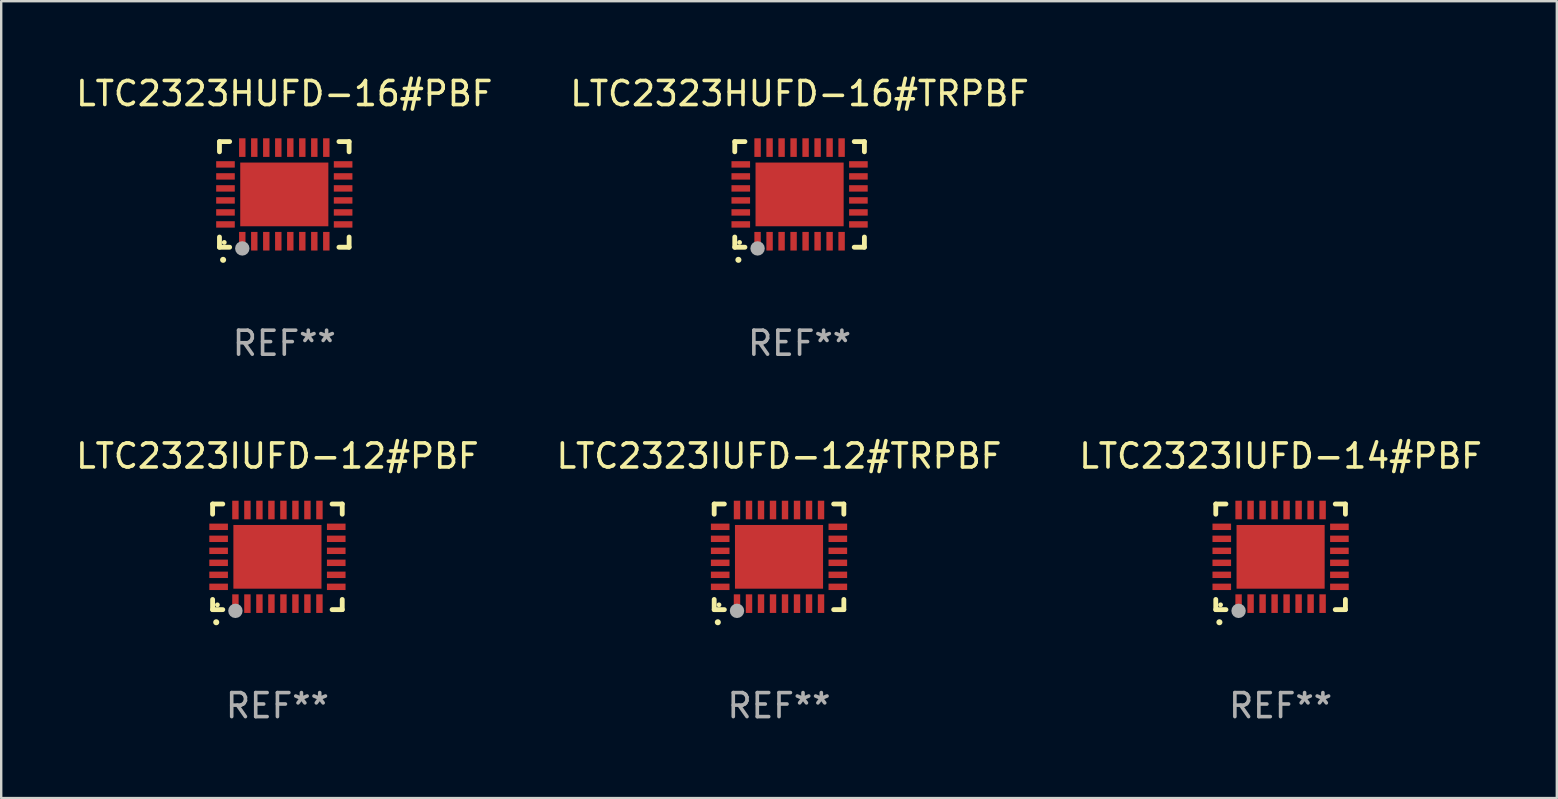
<source format=kicad_pcb>
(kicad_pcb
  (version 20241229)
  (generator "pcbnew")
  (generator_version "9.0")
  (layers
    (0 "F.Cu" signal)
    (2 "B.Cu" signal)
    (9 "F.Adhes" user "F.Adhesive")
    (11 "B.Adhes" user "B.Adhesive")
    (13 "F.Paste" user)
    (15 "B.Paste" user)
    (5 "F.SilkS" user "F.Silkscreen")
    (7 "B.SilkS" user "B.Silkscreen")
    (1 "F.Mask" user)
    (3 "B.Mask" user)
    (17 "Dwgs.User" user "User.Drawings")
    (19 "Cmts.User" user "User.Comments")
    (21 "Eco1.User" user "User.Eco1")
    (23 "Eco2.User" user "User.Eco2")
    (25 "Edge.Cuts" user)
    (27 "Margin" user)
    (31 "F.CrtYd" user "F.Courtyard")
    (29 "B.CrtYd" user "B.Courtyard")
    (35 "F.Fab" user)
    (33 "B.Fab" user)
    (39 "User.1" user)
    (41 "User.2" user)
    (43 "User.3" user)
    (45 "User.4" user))
  (footprint "LTC2323IUFD-12#PBF"
    (layer "F.Cu")
    (at 8.506 20.144)
    (property "Reference" "LTC2323IUFD-12#PBF" (at 0 -4.2 0) (layer "F.SilkS") (effects (font (size 1 1) (thickness 0.15))))
    (attr through_hole)
    (fp_line (start -2.7 -2.2) (end -2.276 -2.2) (stroke (width 0.201) (type solid)) (layer "F.SilkS"))
    (fp_line (start -2.7 -1.775) (end -2.7 -2.2) (stroke (width 0.201) (type solid)) (layer "F.SilkS"))
    (fp_line (start -2.7 2.2) (end -2.7 1.775) (stroke (width 0.201) (type solid)) (layer "F.SilkS"))
    (fp_line (start -2.276 2.2) (end -2.7 2.2) (stroke (width 0.201) (type solid)) (layer "F.SilkS"))
    (fp_line (start 2.276 2.2) (end 2.7 2.2) (stroke (width 0.201) (type solid)) (layer "F.SilkS"))
    (fp_line (start 2.7 -2.2) (end 2.276 -2.2) (stroke (width 0.201) (type solid)) (layer "F.SilkS"))
    (fp_line (start 2.7 -1.775) (end 2.7 -2.2) (stroke (width 0.201) (type solid)) (layer "F.SilkS"))
    (fp_line (start 2.7 2.2) (end 2.7 1.775) (stroke (width 0.201) (type solid)) (layer "F.SilkS"))
    (fp_arc (start -2.550165 2.725425) (mid -2.548895 2.725419) (end -2.547625 2.725425) (stroke (width 0.24892) (type solid)) (layer "F.SilkS"))
    (fp_circle (center -2.5 2) (end -2.45 2) (stroke (width 0.1) (type solid)) (fill no) (layer "F.SilkS"))
    (fp_circle (center -1.75 2.25) (end -1.6 2.25) (stroke (width 0.3) (type solid)) (fill no) (layer "F.Fab"))
    (fp_text user "REF**" (at 0 6.2 0) (layer "F.Fab") (effects (font (size 1 1) (thickness 0.15))))
    (pad "1" smd rect (at -1.75 1.95) (size 0.267 0.775) (layers "F.Cu" "F.Mask" "F.Paste"))
    (pad "2" smd rect (at -1.25 1.95) (size 0.267 0.775) (layers "F.Cu" "F.Mask" "F.Paste"))
    (pad "3" smd rect (at -0.75 1.95) (size 0.267 0.775) (layers "F.Cu" "F.Mask" "F.Paste"))
    (pad "4" smd rect (at -0.25 1.95) (size 0.267 0.775) (layers "F.Cu" "F.Mask" "F.Paste"))
    (pad "5" smd rect (at 0.25 1.95) (size 0.267 0.775) (layers "F.Cu" "F.Mask" "F.Paste"))
    (pad "6" smd rect (at 0.75 1.95) (size 0.267 0.775) (layers "F.Cu" "F.Mask" "F.Paste"))
    (pad "7" smd rect (at 1.25 1.95) (size 0.267 0.775) (layers "F.Cu" "F.Mask" "F.Paste"))
    (pad "8" smd rect (at 1.75 1.95) (size 0.267 0.775) (layers "F.Cu" "F.Mask" "F.Paste"))
    (pad "9" smd rect (at 2.45 1.25) (size 0.775 0.267) (layers "F.Cu" "F.Mask" "F.Paste"))
    (pad "10" smd rect (at 2.45 0.75) (size 0.775 0.267) (layers "F.Cu" "F.Mask" "F.Paste"))
    (pad "11" smd rect (at 2.45 0.25) (size 0.775 0.267) (layers "F.Cu" "F.Mask" "F.Paste"))
    (pad "12" smd rect (at 2.45 -0.25) (size 0.775 0.267) (layers "F.Cu" "F.Mask" "F.Paste"))
    (pad "13" smd rect (at 2.45 -0.75) (size 0.775 0.267) (layers "F.Cu" "F.Mask" "F.Paste"))
    (pad "14" smd rect (at 2.45 -1.25) (size 0.775 0.267) (layers "F.Cu" "F.Mask" "F.Paste"))
    (pad "15" smd rect (at 1.75 -1.95) (size 0.267 0.775) (layers "F.Cu" "F.Mask" "F.Paste"))
    (pad "16" smd rect (at 1.25 -1.95) (size 0.267 0.775) (layers "F.Cu" "F.Mask" "F.Paste"))
    (pad "17" smd rect (at 0.75 -1.95) (size 0.267 0.775) (layers "F.Cu" "F.Mask" "F.Paste"))
    (pad "18" smd rect (at 0.25 -1.95) (size 0.267 0.775) (layers "F.Cu" "F.Mask" "F.Paste"))
    (pad "19" smd rect (at -0.25 -1.95) (size 0.267 0.775) (layers "F.Cu" "F.Mask" "F.Paste"))
    (pad "20" smd rect (at -0.75 -1.95) (size 0.267 0.775) (layers "F.Cu" "F.Mask" "F.Paste"))
    (pad "21" smd rect (at -1.25 -1.95) (size 0.267 0.775) (layers "F.Cu" "F.Mask" "F.Paste"))
    (pad "22" smd rect (at -1.75 -1.95) (size 0.267 0.775) (layers "F.Cu" "F.Mask" "F.Paste"))
    (pad "23" smd rect (at -2.45 -1.25) (size 0.775 0.267) (layers "F.Cu" "F.Mask" "F.Paste"))
    (pad "24" smd rect (at -2.45 -0.75) (size 0.775 0.267) (layers "F.Cu" "F.Mask" "F.Paste"))
    (pad "25" smd rect (at -2.45 -0.25) (size 0.775 0.267) (layers "F.Cu" "F.Mask" "F.Paste"))
    (pad "26" smd rect (at -2.45 0.25) (size 0.775 0.267) (layers "F.Cu" "F.Mask" "F.Paste"))
    (pad "27" smd rect (at -2.45 0.75) (size 0.775 0.267) (layers "F.Cu" "F.Mask" "F.Paste"))
    (pad "28" smd rect (at -2.45 1.25) (size 0.775 0.267) (layers "F.Cu" "F.Mask" "F.Paste"))
    (pad "29" smd rect (at 0.000127 0.000127) (size 3.67 2.654) (layers "F.Cu" "F.Mask" "F.Paste")))
  (footprint "LTC2323HUFD-16#TRPBF"
    (layer "F.Cu")
    (at 30.256 5.048)
    (property "Reference" "LTC2323HUFD-16#TRPBF" (at 0 -4.2 0) (layer "F.SilkS") (effects (font (size 1 1) (thickness 0.15))))
    (attr through_hole)
    (fp_line (start -2.7 -2.2) (end -2.276 -2.2) (stroke (width 0.201) (type solid)) (layer "F.SilkS"))
    (fp_line (start -2.7 -1.775) (end -2.7 -2.2) (stroke (width 0.201) (type solid)) (layer "F.SilkS"))
    (fp_line (start -2.7 2.2) (end -2.7 1.775) (stroke (width 0.201) (type solid)) (layer "F.SilkS"))
    (fp_line (start -2.276 2.2) (end -2.7 2.2) (stroke (width 0.201) (type solid)) (layer "F.SilkS"))
    (fp_line (start 2.276 2.2) (end 2.7 2.2) (stroke (width 0.201) (type solid)) (layer "F.SilkS"))
    (fp_line (start 2.7 -2.2) (end 2.276 -2.2) (stroke (width 0.201) (type solid)) (layer "F.SilkS"))
    (fp_line (start 2.7 -1.775) (end 2.7 -2.2) (stroke (width 0.201) (type solid)) (layer "F.SilkS"))
    (fp_line (start 2.7 2.2) (end 2.7 1.775) (stroke (width 0.201) (type solid)) (layer "F.SilkS"))
    (fp_arc (start -2.550165 2.725425) (mid -2.548895 2.725419) (end -2.547625 2.725425) (stroke (width 0.24892) (type solid)) (layer "F.SilkS"))
    (fp_circle (center -2.5 2) (end -2.45 2) (stroke (width 0.1) (type solid)) (fill no) (layer "F.SilkS"))
    (fp_circle (center -1.75 2.25) (end -1.6 2.25) (stroke (width 0.3) (type solid)) (fill no) (layer "F.Fab"))
    (fp_text user "REF**" (at 0 6.2 0) (layer "F.Fab") (effects (font (size 1 1) (thickness 0.15))))
    (pad "1" smd rect (at -1.75 1.95) (size 0.267 0.775) (layers "F.Cu" "F.Mask" "F.Paste"))
    (pad "2" smd rect (at -1.25 1.95) (size 0.267 0.775) (layers "F.Cu" "F.Mask" "F.Paste"))
    (pad "3" smd rect (at -0.75 1.95) (size 0.267 0.775) (layers "F.Cu" "F.Mask" "F.Paste"))
    (pad "4" smd rect (at -0.25 1.95) (size 0.267 0.775) (layers "F.Cu" "F.Mask" "F.Paste"))
    (pad "5" smd rect (at 0.25 1.95) (size 0.267 0.775) (layers "F.Cu" "F.Mask" "F.Paste"))
    (pad "6" smd rect (at 0.75 1.95) (size 0.267 0.775) (layers "F.Cu" "F.Mask" "F.Paste"))
    (pad "7" smd rect (at 1.25 1.95) (size 0.267 0.775) (layers "F.Cu" "F.Mask" "F.Paste"))
    (pad "8" smd rect (at 1.75 1.95) (size 0.267 0.775) (layers "F.Cu" "F.Mask" "F.Paste"))
    (pad "9" smd rect (at 2.45 1.25) (size 0.775 0.267) (layers "F.Cu" "F.Mask" "F.Paste"))
    (pad "10" smd rect (at 2.45 0.75) (size 0.775 0.267) (layers "F.Cu" "F.Mask" "F.Paste"))
    (pad "11" smd rect (at 2.45 0.25) (size 0.775 0.267) (layers "F.Cu" "F.Mask" "F.Paste"))
    (pad "12" smd rect (at 2.45 -0.25) (size 0.775 0.267) (layers "F.Cu" "F.Mask" "F.Paste"))
    (pad "13" smd rect (at 2.45 -0.75) (size 0.775 0.267) (layers "F.Cu" "F.Mask" "F.Paste"))
    (pad "14" smd rect (at 2.45 -1.25) (size 0.775 0.267) (layers "F.Cu" "F.Mask" "F.Paste"))
    (pad "15" smd rect (at 1.75 -1.95) (size 0.267 0.775) (layers "F.Cu" "F.Mask" "F.Paste"))
    (pad "16" smd rect (at 1.25 -1.95) (size 0.267 0.775) (layers "F.Cu" "F.Mask" "F.Paste"))
    (pad "17" smd rect (at 0.75 -1.95) (size 0.267 0.775) (layers "F.Cu" "F.Mask" "F.Paste"))
    (pad "18" smd rect (at 0.25 -1.95) (size 0.267 0.775) (layers "F.Cu" "F.Mask" "F.Paste"))
    (pad "19" smd rect (at -0.25 -1.95) (size 0.267 0.775) (layers "F.Cu" "F.Mask" "F.Paste"))
    (pad "20" smd rect (at -0.75 -1.95) (size 0.267 0.775) (layers "F.Cu" "F.Mask" "F.Paste"))
    (pad "21" smd rect (at -1.25 -1.95) (size 0.267 0.775) (layers "F.Cu" "F.Mask" "F.Paste"))
    (pad "22" smd rect (at -1.75 -1.95) (size 0.267 0.775) (layers "F.Cu" "F.Mask" "F.Paste"))
    (pad "23" smd rect (at -2.45 -1.25) (size 0.775 0.267) (layers "F.Cu" "F.Mask" "F.Paste"))
    (pad "24" smd rect (at -2.45 -0.75) (size 0.775 0.267) (layers "F.Cu" "F.Mask" "F.Paste"))
    (pad "25" smd rect (at -2.45 -0.25) (size 0.775 0.267) (layers "F.Cu" "F.Mask" "F.Paste"))
    (pad "26" smd rect (at -2.45 0.25) (size 0.775 0.267) (layers "F.Cu" "F.Mask" "F.Paste"))
    (pad "27" smd rect (at -2.45 0.75) (size 0.775 0.267) (layers "F.Cu" "F.Mask" "F.Paste"))
    (pad "28" smd rect (at -2.45 1.25) (size 0.775 0.267) (layers "F.Cu" "F.Mask" "F.Paste"))
    (pad "29" smd rect (at 0.000127 0.000127) (size 3.67 2.654) (layers "F.Cu" "F.Mask" "F.Paste")))
  (footprint "LTC2323IUFD-12#TRPBF"
    (layer "F.Cu")
    (at 29.399 20.144)
    (property "Reference" "LTC2323IUFD-12#TRPBF" (at 0 -4.2 0) (layer "F.SilkS") (effects (font (size 1 1) (thickness 0.15))))
    (attr through_hole)
    (fp_line (start -2.7 -2.2) (end -2.276 -2.2) (stroke (width 0.201) (type solid)) (layer "F.SilkS"))
    (fp_line (start -2.7 -1.775) (end -2.7 -2.2) (stroke (width 0.201) (type solid)) (layer "F.SilkS"))
    (fp_line (start -2.7 2.2) (end -2.7 1.775) (stroke (width 0.201) (type solid)) (layer "F.SilkS"))
    (fp_line (start -2.276 2.2) (end -2.7 2.2) (stroke (width 0.201) (type solid)) (layer "F.SilkS"))
    (fp_line (start 2.276 2.2) (end 2.7 2.2) (stroke (width 0.201) (type solid)) (layer "F.SilkS"))
    (fp_line (start 2.7 -2.2) (end 2.276 -2.2) (stroke (width 0.201) (type solid)) (layer "F.SilkS"))
    (fp_line (start 2.7 -1.775) (end 2.7 -2.2) (stroke (width 0.201) (type solid)) (layer "F.SilkS"))
    (fp_line (start 2.7 2.2) (end 2.7 1.775) (stroke (width 0.201) (type solid)) (layer "F.SilkS"))
    (fp_arc (start -2.550165 2.725425) (mid -2.548895 2.725419) (end -2.547625 2.725425) (stroke (width 0.24892) (type solid)) (layer "F.SilkS"))
    (fp_circle (center -2.5 2) (end -2.45 2) (stroke (width 0.1) (type solid)) (fill no) (layer "F.SilkS"))
    (fp_circle (center -1.75 2.25) (end -1.6 2.25) (stroke (width 0.3) (type solid)) (fill no) (layer "F.Fab"))
    (fp_text user "REF**" (at 0 6.2 0) (layer "F.Fab") (effects (font (size 1 1) (thickness 0.15))))
    (pad "1" smd rect (at -1.75 1.95) (size 0.267 0.775) (layers "F.Cu" "F.Mask" "F.Paste"))
    (pad "2" smd rect (at -1.25 1.95) (size 0.267 0.775) (layers "F.Cu" "F.Mask" "F.Paste"))
    (pad "3" smd rect (at -0.75 1.95) (size 0.267 0.775) (layers "F.Cu" "F.Mask" "F.Paste"))
    (pad "4" smd rect (at -0.25 1.95) (size 0.267 0.775) (layers "F.Cu" "F.Mask" "F.Paste"))
    (pad "5" smd rect (at 0.25 1.95) (size 0.267 0.775) (layers "F.Cu" "F.Mask" "F.Paste"))
    (pad "6" smd rect (at 0.75 1.95) (size 0.267 0.775) (layers "F.Cu" "F.Mask" "F.Paste"))
    (pad "7" smd rect (at 1.25 1.95) (size 0.267 0.775) (layers "F.Cu" "F.Mask" "F.Paste"))
    (pad "8" smd rect (at 1.75 1.95) (size 0.267 0.775) (layers "F.Cu" "F.Mask" "F.Paste"))
    (pad "9" smd rect (at 2.45 1.25) (size 0.775 0.267) (layers "F.Cu" "F.Mask" "F.Paste"))
    (pad "10" smd rect (at 2.45 0.75) (size 0.775 0.267) (layers "F.Cu" "F.Mask" "F.Paste"))
    (pad "11" smd rect (at 2.45 0.25) (size 0.775 0.267) (layers "F.Cu" "F.Mask" "F.Paste"))
    (pad "12" smd rect (at 2.45 -0.25) (size 0.775 0.267) (layers "F.Cu" "F.Mask" "F.Paste"))
    (pad "13" smd rect (at 2.45 -0.75) (size 0.775 0.267) (layers "F.Cu" "F.Mask" "F.Paste"))
    (pad "14" smd rect (at 2.45 -1.25) (size 0.775 0.267) (layers "F.Cu" "F.Mask" "F.Paste"))
    (pad "15" smd rect (at 1.75 -1.95) (size 0.267 0.775) (layers "F.Cu" "F.Mask" "F.Paste"))
    (pad "16" smd rect (at 1.25 -1.95) (size 0.267 0.775) (layers "F.Cu" "F.Mask" "F.Paste"))
    (pad "17" smd rect (at 0.75 -1.95) (size 0.267 0.775) (layers "F.Cu" "F.Mask" "F.Paste"))
    (pad "18" smd rect (at 0.25 -1.95) (size 0.267 0.775) (layers "F.Cu" "F.Mask" "F.Paste"))
    (pad "19" smd rect (at -0.25 -1.95) (size 0.267 0.775) (layers "F.Cu" "F.Mask" "F.Paste"))
    (pad "20" smd rect (at -0.75 -1.95) (size 0.267 0.775) (layers "F.Cu" "F.Mask" "F.Paste"))
    (pad "21" smd rect (at -1.25 -1.95) (size 0.267 0.775) (layers "F.Cu" "F.Mask" "F.Paste"))
    (pad "22" smd rect (at -1.75 -1.95) (size 0.267 0.775) (layers "F.Cu" "F.Mask" "F.Paste"))
    (pad "23" smd rect (at -2.45 -1.25) (size 0.775 0.267) (layers "F.Cu" "F.Mask" "F.Paste"))
    (pad "24" smd rect (at -2.45 -0.75) (size 0.775 0.267) (layers "F.Cu" "F.Mask" "F.Paste"))
    (pad "25" smd rect (at -2.45 -0.25) (size 0.775 0.267) (layers "F.Cu" "F.Mask" "F.Paste"))
    (pad "26" smd rect (at -2.45 0.25) (size 0.775 0.267) (layers "F.Cu" "F.Mask" "F.Paste"))
    (pad "27" smd rect (at -2.45 0.75) (size 0.775 0.267) (layers "F.Cu" "F.Mask" "F.Paste"))
    (pad "28" smd rect (at -2.45 1.25) (size 0.775 0.267) (layers "F.Cu" "F.Mask" "F.Paste"))
    (pad "29" smd rect (at 0.000127 0.000127) (size 3.67 2.654) (layers "F.Cu" "F.Mask" "F.Paste")))
  (footprint "LTC2323IUFD-14#PBF"
    (layer "F.Cu")
    (at 50.292 20.144)
    (property "Reference" "LTC2323IUFD-14#PBF" (at 0 -4.2 0) (layer "F.SilkS") (effects (font (size 1 1) (thickness 0.15))))
    (attr through_hole)
    (fp_line (start -2.7 -2.2) (end -2.276 -2.2) (stroke (width 0.201) (type solid)) (layer "F.SilkS"))
    (fp_line (start -2.7 -1.775) (end -2.7 -2.2) (stroke (width 0.201) (type solid)) (layer "F.SilkS"))
    (fp_line (start -2.7 2.2) (end -2.7 1.775) (stroke (width 0.201) (type solid)) (layer "F.SilkS"))
    (fp_line (start -2.276 2.2) (end -2.7 2.2) (stroke (width 0.201) (type solid)) (layer "F.SilkS"))
    (fp_line (start 2.276 2.2) (end 2.7 2.2) (stroke (width 0.201) (type solid)) (layer "F.SilkS"))
    (fp_line (start 2.7 -2.2) (end 2.276 -2.2) (stroke (width 0.201) (type solid)) (layer "F.SilkS"))
    (fp_line (start 2.7 -1.775) (end 2.7 -2.2) (stroke (width 0.201) (type solid)) (layer "F.SilkS"))
    (fp_line (start 2.7 2.2) (end 2.7 1.775) (stroke (width 0.201) (type solid)) (layer "F.SilkS"))
    (fp_arc (start -2.550165 2.725425) (mid -2.548895 2.725419) (end -2.547625 2.725425) (stroke (width 0.24892) (type solid)) (layer "F.SilkS"))
    (fp_circle (center -2.5 2) (end -2.45 2) (stroke (width 0.1) (type solid)) (fill no) (layer "F.SilkS"))
    (fp_circle (center -1.75 2.25) (end -1.6 2.25) (stroke (width 0.3) (type solid)) (fill no) (layer "F.Fab"))
    (fp_text user "REF**" (at 0 6.2 0) (layer "F.Fab") (effects (font (size 1 1) (thickness 0.15))))
    (pad "1" smd rect (at -1.75 1.95) (size 0.267 0.775) (layers "F.Cu" "F.Mask" "F.Paste"))
    (pad "2" smd rect (at -1.25 1.95) (size 0.267 0.775) (layers "F.Cu" "F.Mask" "F.Paste"))
    (pad "3" smd rect (at -0.75 1.95) (size 0.267 0.775) (layers "F.Cu" "F.Mask" "F.Paste"))
    (pad "4" smd rect (at -0.25 1.95) (size 0.267 0.775) (layers "F.Cu" "F.Mask" "F.Paste"))
    (pad "5" smd rect (at 0.25 1.95) (size 0.267 0.775) (layers "F.Cu" "F.Mask" "F.Paste"))
    (pad "6" smd rect (at 0.75 1.95) (size 0.267 0.775) (layers "F.Cu" "F.Mask" "F.Paste"))
    (pad "7" smd rect (at 1.25 1.95) (size 0.267 0.775) (layers "F.Cu" "F.Mask" "F.Paste"))
    (pad "8" smd rect (at 1.75 1.95) (size 0.267 0.775) (layers "F.Cu" "F.Mask" "F.Paste"))
    (pad "9" smd rect (at 2.45 1.25) (size 0.775 0.267) (layers "F.Cu" "F.Mask" "F.Paste"))
    (pad "10" smd rect (at 2.45 0.75) (size 0.775 0.267) (layers "F.Cu" "F.Mask" "F.Paste"))
    (pad "11" smd rect (at 2.45 0.25) (size 0.775 0.267) (layers "F.Cu" "F.Mask" "F.Paste"))
    (pad "12" smd rect (at 2.45 -0.25) (size 0.775 0.267) (layers "F.Cu" "F.Mask" "F.Paste"))
    (pad "13" smd rect (at 2.45 -0.75) (size 0.775 0.267) (layers "F.Cu" "F.Mask" "F.Paste"))
    (pad "14" smd rect (at 2.45 -1.25) (size 0.775 0.267) (layers "F.Cu" "F.Mask" "F.Paste"))
    (pad "15" smd rect (at 1.75 -1.95) (size 0.267 0.775) (layers "F.Cu" "F.Mask" "F.Paste"))
    (pad "16" smd rect (at 1.25 -1.95) (size 0.267 0.775) (layers "F.Cu" "F.Mask" "F.Paste"))
    (pad "17" smd rect (at 0.75 -1.95) (size 0.267 0.775) (layers "F.Cu" "F.Mask" "F.Paste"))
    (pad "18" smd rect (at 0.25 -1.95) (size 0.267 0.775) (layers "F.Cu" "F.Mask" "F.Paste"))
    (pad "19" smd rect (at -0.25 -1.95) (size 0.267 0.775) (layers "F.Cu" "F.Mask" "F.Paste"))
    (pad "20" smd rect (at -0.75 -1.95) (size 0.267 0.775) (layers "F.Cu" "F.Mask" "F.Paste"))
    (pad "21" smd rect (at -1.25 -1.95) (size 0.267 0.775) (layers "F.Cu" "F.Mask" "F.Paste"))
    (pad "22" smd rect (at -1.75 -1.95) (size 0.267 0.775) (layers "F.Cu" "F.Mask" "F.Paste"))
    (pad "23" smd rect (at -2.45 -1.25) (size 0.775 0.267) (layers "F.Cu" "F.Mask" "F.Paste"))
    (pad "24" smd rect (at -2.45 -0.75) (size 0.775 0.267) (layers "F.Cu" "F.Mask" "F.Paste"))
    (pad "25" smd rect (at -2.45 -0.25) (size 0.775 0.267) (layers "F.Cu" "F.Mask" "F.Paste"))
    (pad "26" smd rect (at -2.45 0.25) (size 0.775 0.267) (layers "F.Cu" "F.Mask" "F.Paste"))
    (pad "27" smd rect (at -2.45 0.75) (size 0.775 0.267) (layers "F.Cu" "F.Mask" "F.Paste"))
    (pad "28" smd rect (at -2.45 1.25) (size 0.775 0.267) (layers "F.Cu" "F.Mask" "F.Paste"))
    (pad "29" smd rect (at 0.000127 0.000127) (size 3.67 2.654) (layers "F.Cu" "F.Mask" "F.Paste")))
  (footprint "LTC2323HUFD-16#PBF"
    (layer "F.Cu")
    (at 8.792 5.048)
    (property "Reference" "LTC2323HUFD-16#PBF" (at 0 -4.2 0) (layer "F.SilkS") (effects (font (size 1 1) (thickness 0.15))))
    (attr through_hole)
    (fp_line (start -2.7 -2.2) (end -2.276 -2.2) (stroke (width 0.201) (type solid)) (layer "F.SilkS"))
    (fp_line (start -2.7 -1.775) (end -2.7 -2.2) (stroke (width 0.201) (type solid)) (layer "F.SilkS"))
    (fp_line (start -2.7 2.2) (end -2.7 1.775) (stroke (width 0.201) (type solid)) (layer "F.SilkS"))
    (fp_line (start -2.276 2.2) (end -2.7 2.2) (stroke (width 0.201) (type solid)) (layer "F.SilkS"))
    (fp_line (start 2.276 2.2) (end 2.7 2.2) (stroke (width 0.201) (type solid)) (layer "F.SilkS"))
    (fp_line (start 2.7 -2.2) (end 2.276 -2.2) (stroke (width 0.201) (type solid)) (layer "F.SilkS"))
    (fp_line (start 2.7 -1.775) (end 2.7 -2.2) (stroke (width 0.201) (type solid)) (layer "F.SilkS"))
    (fp_line (start 2.7 2.2) (end 2.7 1.775) (stroke (width 0.201) (type solid)) (layer "F.SilkS"))
    (fp_arc (start -2.550165 2.725425) (mid -2.548895 2.725419) (end -2.547625 2.725425) (stroke (width 0.24892) (type solid)) (layer "F.SilkS"))
    (fp_circle (center -2.5 2) (end -2.45 2) (stroke (width 0.1) (type solid)) (fill no) (layer "F.SilkS"))
    (fp_circle (center -1.75 2.25) (end -1.6 2.25) (stroke (width 0.3) (type solid)) (fill no) (layer "F.Fab"))
    (fp_text user "REF**" (at 0 6.2 0) (layer "F.Fab") (effects (font (size 1 1) (thickness 0.15))))
    (pad "1" smd rect (at -1.75 1.95) (size 0.267 0.775) (layers "F.Cu" "F.Mask" "F.Paste"))
    (pad "2" smd rect (at -1.25 1.95) (size 0.267 0.775) (layers "F.Cu" "F.Mask" "F.Paste"))
    (pad "3" smd rect (at -0.75 1.95) (size 0.267 0.775) (layers "F.Cu" "F.Mask" "F.Paste"))
    (pad "4" smd rect (at -0.25 1.95) (size 0.267 0.775) (layers "F.Cu" "F.Mask" "F.Paste"))
    (pad "5" smd rect (at 0.25 1.95) (size 0.267 0.775) (layers "F.Cu" "F.Mask" "F.Paste"))
    (pad "6" smd rect (at 0.75 1.95) (size 0.267 0.775) (layers "F.Cu" "F.Mask" "F.Paste"))
    (pad "7" smd rect (at 1.25 1.95) (size 0.267 0.775) (layers "F.Cu" "F.Mask" "F.Paste"))
    (pad "8" smd rect (at 1.75 1.95) (size 0.267 0.775) (layers "F.Cu" "F.Mask" "F.Paste"))
    (pad "9" smd rect (at 2.45 1.25) (size 0.775 0.267) (layers "F.Cu" "F.Mask" "F.Paste"))
    (pad "10" smd rect (at 2.45 0.75) (size 0.775 0.267) (layers "F.Cu" "F.Mask" "F.Paste"))
    (pad "11" smd rect (at 2.45 0.25) (size 0.775 0.267) (layers "F.Cu" "F.Mask" "F.Paste"))
    (pad "12" smd rect (at 2.45 -0.25) (size 0.775 0.267) (layers "F.Cu" "F.Mask" "F.Paste"))
    (pad "13" smd rect (at 2.45 -0.75) (size 0.775 0.267) (layers "F.Cu" "F.Mask" "F.Paste"))
    (pad "14" smd rect (at 2.45 -1.25) (size 0.775 0.267) (layers "F.Cu" "F.Mask" "F.Paste"))
    (pad "15" smd rect (at 1.75 -1.95) (size 0.267 0.775) (layers "F.Cu" "F.Mask" "F.Paste"))
    (pad "16" smd rect (at 1.25 -1.95) (size 0.267 0.775) (layers "F.Cu" "F.Mask" "F.Paste"))
    (pad "17" smd rect (at 0.75 -1.95) (size 0.267 0.775) (layers "F.Cu" "F.Mask" "F.Paste"))
    (pad "18" smd rect (at 0.25 -1.95) (size 0.267 0.775) (layers "F.Cu" "F.Mask" "F.Paste"))
    (pad "19" smd rect (at -0.25 -1.95) (size 0.267 0.775) (layers "F.Cu" "F.Mask" "F.Paste"))
    (pad "20" smd rect (at -0.75 -1.95) (size 0.267 0.775) (layers "F.Cu" "F.Mask" "F.Paste"))
    (pad "21" smd rect (at -1.25 -1.95) (size 0.267 0.775) (layers "F.Cu" "F.Mask" "F.Paste"))
    (pad "22" smd rect (at -1.75 -1.95) (size 0.267 0.775) (layers "F.Cu" "F.Mask" "F.Paste"))
    (pad "23" smd rect (at -2.45 -1.25) (size 0.775 0.267) (layers "F.Cu" "F.Mask" "F.Paste"))
    (pad "24" smd rect (at -2.45 -0.75) (size 0.775 0.267) (layers "F.Cu" "F.Mask" "F.Paste"))
    (pad "25" smd rect (at -2.45 -0.25) (size 0.775 0.267) (layers "F.Cu" "F.Mask" "F.Paste"))
    (pad "26" smd rect (at -2.45 0.25) (size 0.775 0.267) (layers "F.Cu" "F.Mask" "F.Paste"))
    (pad "27" smd rect (at -2.45 0.75) (size 0.775 0.267) (layers "F.Cu" "F.Mask" "F.Paste"))
    (pad "28" smd rect (at -2.45 1.25) (size 0.775 0.267) (layers "F.Cu" "F.Mask" "F.Paste"))
    (pad "29" smd rect (at 0.000127 0.000127) (size 3.67 2.654) (layers "F.Cu" "F.Mask" "F.Paste")))
  (gr_rect
    (start -3 -3)
    (end 61.798 30.192)
    (stroke (width 0.1) (type default))
    (fill no)
    (layer "Edge.Cuts")))
</source>
